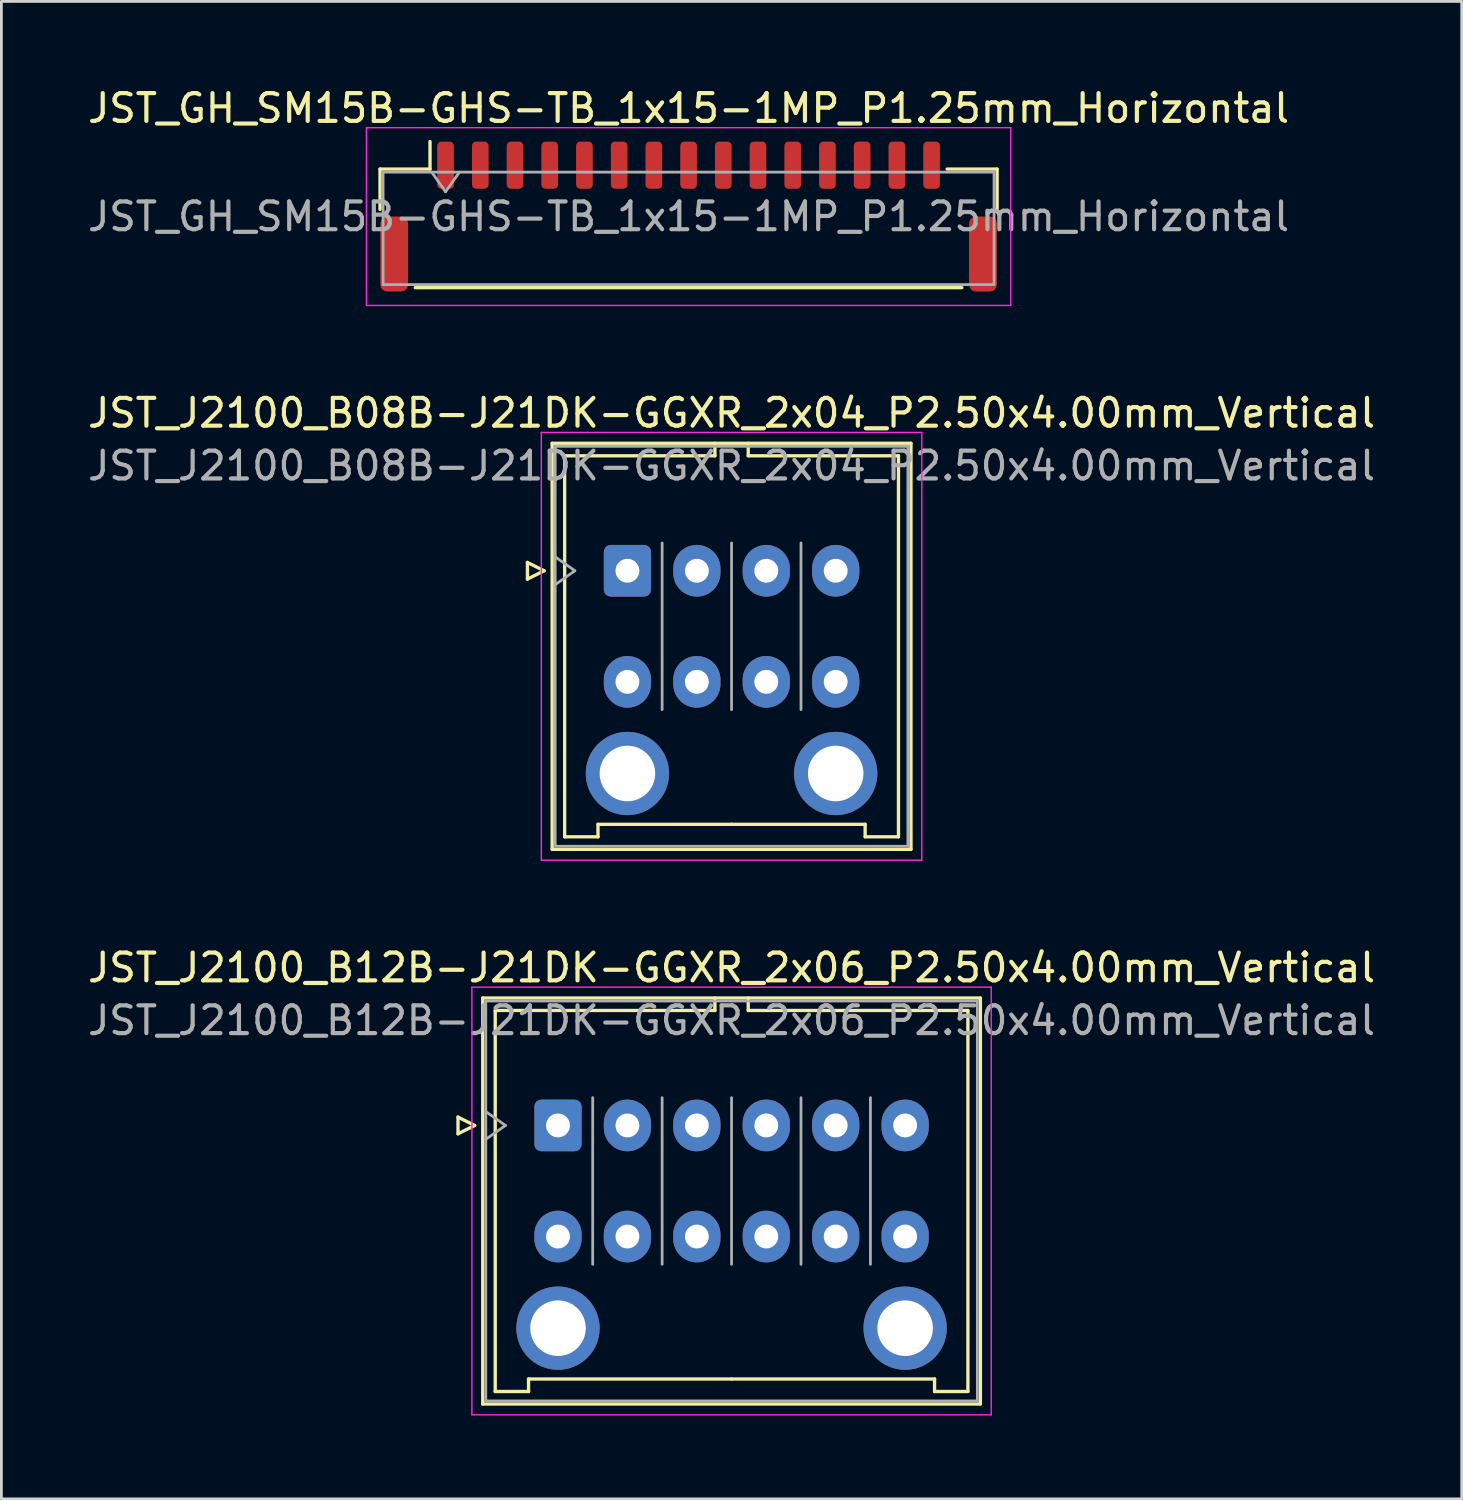
<source format=kicad_pcb>
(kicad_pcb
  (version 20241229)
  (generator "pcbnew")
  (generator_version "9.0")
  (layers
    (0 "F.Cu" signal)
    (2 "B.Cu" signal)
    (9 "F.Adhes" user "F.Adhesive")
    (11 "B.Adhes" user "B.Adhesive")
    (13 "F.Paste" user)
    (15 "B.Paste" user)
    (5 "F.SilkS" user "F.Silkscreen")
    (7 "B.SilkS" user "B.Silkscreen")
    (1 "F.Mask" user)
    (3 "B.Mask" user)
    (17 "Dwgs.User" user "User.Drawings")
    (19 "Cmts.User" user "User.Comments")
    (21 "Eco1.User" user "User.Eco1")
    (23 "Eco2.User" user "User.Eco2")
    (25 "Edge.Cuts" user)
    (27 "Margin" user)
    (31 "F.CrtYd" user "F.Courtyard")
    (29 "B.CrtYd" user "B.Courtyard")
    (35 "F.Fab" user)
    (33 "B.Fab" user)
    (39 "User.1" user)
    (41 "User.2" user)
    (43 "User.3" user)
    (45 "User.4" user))
  (footprint "JST_J2100_B12B-J21DK-GGXR_2x06_P2.50x4.00mm_Vertical"
    (layer "F.Cu")
    (at 17.042 37.475)
    (property "Reference" "JST_J2100_B12B-J21DK-GGXR_2x06_P2.50x4.00mm_Vertical" (at 6.25 -5.68 0) (layer "F.SilkS") (effects (font (size 1 1) (thickness 0.15))))
    (attr through_hole)
    (fp_line (start -3.6 -0.3) (end -3 0) (stroke (width 0.12) (type solid)) (layer "F.SilkS"))
    (fp_line (start -3.6 0.3) (end -3.6 -0.3) (stroke (width 0.12) (type solid)) (layer "F.SilkS"))
    (fp_line (start -3 0) (end -3.6 0.3) (stroke (width 0.12) (type solid)) (layer "F.SilkS"))
    (fp_line (start -2.71 -4.59) (end -2.71 10.03) (stroke (width 0.12) (type solid)) (layer "F.SilkS"))
    (fp_line (start -2.71 10.03) (end 15.21 10.03) (stroke (width 0.12) (type solid)) (layer "F.SilkS"))
    (fp_line (start -2.26 -4.14) (end -2.26 9.58) (stroke (width 0.12) (type solid)) (layer "F.SilkS"))
    (fp_line (start -2.26 9.58) (end -1.06 9.58) (stroke (width 0.12) (type solid)) (layer "F.SilkS"))
    (fp_line (start -1.06 9.13) (end 6.25 9.13) (stroke (width 0.12) (type solid)) (layer "F.SilkS"))
    (fp_line (start -1.06 9.58) (end -1.06 9.13) (stroke (width 0.12) (type solid)) (layer "F.SilkS"))
    (fp_line (start 5.65 -4.59) (end 5.65 -4.14) (stroke (width 0.12) (type solid)) (layer "F.SilkS"))
    (fp_line (start 5.65 -4.14) (end -2.26 -4.14) (stroke (width 0.12) (type solid)) (layer "F.SilkS"))
    (fp_line (start 6.85 -4.59) (end 6.85 -4.14) (stroke (width 0.12) (type solid)) (layer "F.SilkS"))
    (fp_line (start 6.85 -4.14) (end 14.76 -4.14) (stroke (width 0.12) (type solid)) (layer "F.SilkS"))
    (fp_line (start 13.56 9.13) (end 6.25 9.13) (stroke (width 0.12) (type solid)) (layer "F.SilkS"))
    (fp_line (start 13.56 9.58) (end 13.56 9.13) (stroke (width 0.12) (type solid)) (layer "F.SilkS"))
    (fp_line (start 14.76 -4.14) (end 14.76 9.58) (stroke (width 0.12) (type solid)) (layer "F.SilkS"))
    (fp_line (start 14.76 9.58) (end 13.56 9.58) (stroke (width 0.12) (type solid)) (layer "F.SilkS"))
    (fp_line (start 15.21 -4.59) (end -2.71 -4.59) (stroke (width 0.12) (type solid)) (layer "F.SilkS"))
    (fp_line (start 15.21 10.03) (end 15.21 -4.59) (stroke (width 0.12) (type solid)) (layer "F.SilkS"))
    (fp_line (start -3.1 -4.98) (end -3.1 10.42) (stroke (width 0.05) (type solid)) (layer "F.CrtYd"))
    (fp_line (start -3.1 10.42) (end 15.6 10.42) (stroke (width 0.05) (type solid)) (layer "F.CrtYd"))
    (fp_line (start 15.6 -4.98) (end -3.1 -4.98) (stroke (width 0.05) (type solid)) (layer "F.CrtYd"))
    (fp_line (start 15.6 10.42) (end 15.6 -4.98) (stroke (width 0.05) (type solid)) (layer "F.CrtYd"))
    (fp_line (start -2.6 -4.48) (end -2.6 9.92) (stroke (width 0.1) (type solid)) (layer "F.Fab"))
    (fp_line (start -2.6 0.5) (end -1.893 0) (stroke (width 0.1) (type solid)) (layer "F.Fab"))
    (fp_line (start -2.6 9.92) (end 15.1 9.92) (stroke (width 0.1) (type solid)) (layer "F.Fab"))
    (fp_line (start -1.893 0) (end -2.6 -0.5) (stroke (width 0.1) (type solid)) (layer "F.Fab"))
    (fp_line (start 1.25 5) (end 1.25 -1) (stroke (width 0.1) (type solid)) (layer "F.Fab"))
    (fp_line (start 3.75 5) (end 3.75 -1) (stroke (width 0.1) (type solid)) (layer "F.Fab"))
    (fp_line (start 6.25 5) (end 6.25 -1) (stroke (width 0.1) (type solid)) (layer "F.Fab"))
    (fp_line (start 8.75 5) (end 8.75 -1) (stroke (width 0.1) (type solid)) (layer "F.Fab"))
    (fp_line (start 11.25 5) (end 11.25 -1) (stroke (width 0.1) (type solid)) (layer "F.Fab"))
    (fp_line (start 15.1 -4.48) (end -2.6 -4.48) (stroke (width 0.1) (type solid)) (layer "F.Fab"))
    (fp_line (start 15.1 9.92) (end 15.1 -4.48) (stroke (width 0.1) (type solid)) (layer "F.Fab"))
    (fp_text user "${REFERENCE}" (at 6.25 -3.78 0) (layer "F.Fab") (effects (font (size 1 1) (thickness 0.15))))
    (pad "" thru_hole circle (at 0 7.3) (size 3 3) (drill 2) (layers "*.Cu" "*.Mask"))
    (pad "" thru_hole circle (at 12.5 7.3) (size 3 3) (drill 2) (layers "*.Cu" "*.Mask"))
    (pad "1" thru_hole roundrect (at 0 0) (size 1.7 1.86) (drill 0.86) (layers "*.Cu" "*.Mask") (roundrect_rratio 0.147))
    (pad "2" thru_hole oval (at 2.5 0) (size 1.7 1.86) (drill 0.86) (layers "*.Cu" "*.Mask"))
    (pad "3" thru_hole oval (at 5 0) (size 1.7 1.86) (drill 0.86) (layers "*.Cu" "*.Mask"))
    (pad "4" thru_hole oval (at 7.5 0) (size 1.7 1.86) (drill 0.86) (layers "*.Cu" "*.Mask"))
    (pad "5" thru_hole oval (at 10 0) (size 1.7 1.86) (drill 0.86) (layers "*.Cu" "*.Mask"))
    (pad "6" thru_hole oval (at 12.5 0) (size 1.7 1.86) (drill 0.86) (layers "*.Cu" "*.Mask"))
    (pad "7" thru_hole oval (at 0 4) (size 1.7 1.86) (drill 0.86) (layers "*.Cu" "*.Mask"))
    (pad "8" thru_hole oval (at 2.5 4) (size 1.7 1.86) (drill 0.86) (layers "*.Cu" "*.Mask"))
    (pad "9" thru_hole oval (at 5 4) (size 1.7 1.86) (drill 0.86) (layers "*.Cu" "*.Mask"))
    (pad "10" thru_hole oval (at 7.5 4) (size 1.7 1.86) (drill 0.86) (layers "*.Cu" "*.Mask"))
    (pad "11" thru_hole oval (at 10 4) (size 1.7 1.86) (drill 0.86) (layers "*.Cu" "*.Mask"))
    (pad "12" thru_hole oval (at 12.5 4) (size 1.7 1.86) (drill 0.86) (layers "*.Cu" "*.Mask")))
  (footprint "JST_J2100_B08B-J21DK-GGXR_2x04_P2.50x4.00mm_Vertical"
    (layer "F.Cu")
    (at 19.542 17.502)
    (property "Reference" "JST_J2100_B08B-J21DK-GGXR_2x04_P2.50x4.00mm_Vertical" (at 3.75 -5.68 0) (layer "F.SilkS") (effects (font (size 1 1) (thickness 0.15))))
    (attr through_hole)
    (fp_line (start -3.6 -0.3) (end -3 0) (stroke (width 0.12) (type solid)) (layer "F.SilkS"))
    (fp_line (start -3.6 0.3) (end -3.6 -0.3) (stroke (width 0.12) (type solid)) (layer "F.SilkS"))
    (fp_line (start -3 0) (end -3.6 0.3) (stroke (width 0.12) (type solid)) (layer "F.SilkS"))
    (fp_line (start -2.71 -4.59) (end -2.71 10.03) (stroke (width 0.12) (type solid)) (layer "F.SilkS"))
    (fp_line (start -2.71 10.03) (end 10.21 10.03) (stroke (width 0.12) (type solid)) (layer "F.SilkS"))
    (fp_line (start -2.26 -4.14) (end -2.26 9.58) (stroke (width 0.12) (type solid)) (layer "F.SilkS"))
    (fp_line (start -2.26 9.58) (end -1.06 9.58) (stroke (width 0.12) (type solid)) (layer "F.SilkS"))
    (fp_line (start -1.06 9.13) (end 3.75 9.13) (stroke (width 0.12) (type solid)) (layer "F.SilkS"))
    (fp_line (start -1.06 9.58) (end -1.06 9.13) (stroke (width 0.12) (type solid)) (layer "F.SilkS"))
    (fp_line (start 3.15 -4.59) (end 3.15 -4.14) (stroke (width 0.12) (type solid)) (layer "F.SilkS"))
    (fp_line (start 3.15 -4.14) (end -2.26 -4.14) (stroke (width 0.12) (type solid)) (layer "F.SilkS"))
    (fp_line (start 4.35 -4.59) (end 4.35 -4.14) (stroke (width 0.12) (type solid)) (layer "F.SilkS"))
    (fp_line (start 4.35 -4.14) (end 9.76 -4.14) (stroke (width 0.12) (type solid)) (layer "F.SilkS"))
    (fp_line (start 8.56 9.13) (end 3.75 9.13) (stroke (width 0.12) (type solid)) (layer "F.SilkS"))
    (fp_line (start 8.56 9.58) (end 8.56 9.13) (stroke (width 0.12) (type solid)) (layer "F.SilkS"))
    (fp_line (start 9.76 -4.14) (end 9.76 9.58) (stroke (width 0.12) (type solid)) (layer "F.SilkS"))
    (fp_line (start 9.76 9.58) (end 8.56 9.58) (stroke (width 0.12) (type solid)) (layer "F.SilkS"))
    (fp_line (start 10.21 -4.59) (end -2.71 -4.59) (stroke (width 0.12) (type solid)) (layer "F.SilkS"))
    (fp_line (start 10.21 10.03) (end 10.21 -4.59) (stroke (width 0.12) (type solid)) (layer "F.SilkS"))
    (fp_line (start -3.1 -4.98) (end -3.1 10.42) (stroke (width 0.05) (type solid)) (layer "F.CrtYd"))
    (fp_line (start -3.1 10.42) (end 10.6 10.42) (stroke (width 0.05) (type solid)) (layer "F.CrtYd"))
    (fp_line (start 10.6 -4.98) (end -3.1 -4.98) (stroke (width 0.05) (type solid)) (layer "F.CrtYd"))
    (fp_line (start 10.6 10.42) (end 10.6 -4.98) (stroke (width 0.05) (type solid)) (layer "F.CrtYd"))
    (fp_line (start -2.6 -4.48) (end -2.6 9.92) (stroke (width 0.1) (type solid)) (layer "F.Fab"))
    (fp_line (start -2.6 0.5) (end -1.893 0) (stroke (width 0.1) (type solid)) (layer "F.Fab"))
    (fp_line (start -2.6 9.92) (end 10.1 9.92) (stroke (width 0.1) (type solid)) (layer "F.Fab"))
    (fp_line (start -1.893 0) (end -2.6 -0.5) (stroke (width 0.1) (type solid)) (layer "F.Fab"))
    (fp_line (start 1.25 5) (end 1.25 -1) (stroke (width 0.1) (type solid)) (layer "F.Fab"))
    (fp_line (start 3.75 5) (end 3.75 -1) (stroke (width 0.1) (type solid)) (layer "F.Fab"))
    (fp_line (start 6.25 5) (end 6.25 -1) (stroke (width 0.1) (type solid)) (layer "F.Fab"))
    (fp_line (start 10.1 -4.48) (end -2.6 -4.48) (stroke (width 0.1) (type solid)) (layer "F.Fab"))
    (fp_line (start 10.1 9.92) (end 10.1 -4.48) (stroke (width 0.1) (type solid)) (layer "F.Fab"))
    (fp_text user "${REFERENCE}" (at 3.75 -3.78 0) (layer "F.Fab") (effects (font (size 1 1) (thickness 0.15))))
    (pad "" thru_hole circle (at 0 7.3) (size 3 3) (drill 2) (layers "*.Cu" "*.Mask"))
    (pad "" thru_hole circle (at 7.5 7.3) (size 3 3) (drill 2) (layers "*.Cu" "*.Mask"))
    (pad "1" thru_hole roundrect (at 0 0) (size 1.7 1.86) (drill 0.86) (layers "*.Cu" "*.Mask") (roundrect_rratio 0.147))
    (pad "2" thru_hole oval (at 2.5 0) (size 1.7 1.86) (drill 0.86) (layers "*.Cu" "*.Mask"))
    (pad "3" thru_hole oval (at 5 0) (size 1.7 1.86) (drill 0.86) (layers "*.Cu" "*.Mask"))
    (pad "4" thru_hole oval (at 7.5 0) (size 1.7 1.86) (drill 0.86) (layers "*.Cu" "*.Mask"))
    (pad "5" thru_hole oval (at 0 4) (size 1.7 1.86) (drill 0.86) (layers "*.Cu" "*.Mask"))
    (pad "6" thru_hole oval (at 2.5 4) (size 1.7 1.86) (drill 0.86) (layers "*.Cu" "*.Mask"))
    (pad "7" thru_hole oval (at 5 4) (size 1.7 1.86) (drill 0.86) (layers "*.Cu" "*.Mask"))
    (pad "8" thru_hole oval (at 7.5 4) (size 1.7 1.86) (drill 0.86) (layers "*.Cu" "*.Mask")))
  (footprint "JST_GH_SM15B-GHS-TB_1x15-1MP_P1.25mm_Horizontal"
    (layer "F.Cu")
    (at 21.744 4.748)
    (property "Reference" "JST_GH_SM15B-GHS-TB_1x15-1MP_P1.25mm_Horizontal" (at 0 -3.9 0) (layer "F.SilkS") (effects (font (size 1 1) (thickness 0.15))))
    (attr smd)
    (fp_line (start -11.11 -1.71) (end -9.31 -1.71) (stroke (width 0.12) (type solid)) (layer "F.SilkS"))
    (fp_line (start -11.11 -0.26) (end -11.11 -1.71) (stroke (width 0.12) (type solid)) (layer "F.SilkS"))
    (fp_line (start -9.84 2.56) (end 9.84 2.56) (stroke (width 0.12) (type solid)) (layer "F.SilkS"))
    (fp_line (start -9.31 -1.71) (end -9.31 -2.7) (stroke (width 0.12) (type solid)) (layer "F.SilkS"))
    (fp_line (start 11.11 -1.71) (end 9.31 -1.71) (stroke (width 0.12) (type solid)) (layer "F.SilkS"))
    (fp_line (start 11.11 -0.26) (end 11.11 -1.71) (stroke (width 0.12) (type solid)) (layer "F.SilkS"))
    (fp_line (start -11.6 -3.2) (end -11.6 3.2) (stroke (width 0.05) (type solid)) (layer "F.CrtYd"))
    (fp_line (start -11.6 3.2) (end 11.6 3.2) (stroke (width 0.05) (type solid)) (layer "F.CrtYd"))
    (fp_line (start 11.6 -3.2) (end -11.6 -3.2) (stroke (width 0.05) (type solid)) (layer "F.CrtYd"))
    (fp_line (start 11.6 3.2) (end 11.6 -3.2) (stroke (width 0.05) (type solid)) (layer "F.CrtYd"))
    (fp_line (start -11 -1.6) (end -11 2.45) (stroke (width 0.1) (type solid)) (layer "F.Fab"))
    (fp_line (start -11 -1.6) (end 11 -1.6) (stroke (width 0.1) (type solid)) (layer "F.Fab"))
    (fp_line (start -11 2.45) (end 11 2.45) (stroke (width 0.1) (type solid)) (layer "F.Fab"))
    (fp_line (start -9.25 -1.6) (end -8.75 -0.893) (stroke (width 0.1) (type solid)) (layer "F.Fab"))
    (fp_line (start -8.75 -0.893) (end -8.25 -1.6) (stroke (width 0.1) (type solid)) (layer "F.Fab"))
    (fp_line (start 11 -1.6) (end 11 2.45) (stroke (width 0.1) (type solid)) (layer "F.Fab"))
    (fp_text user "${REFERENCE}" (at 0 0 0) (layer "F.Fab") (effects (font (size 1 1) (thickness 0.15))))
    (pad "1" smd roundrect (at -8.75 -1.85) (size 0.6 1.7) (layers "F.Cu" "F.Mask" "F.Paste") (roundrect_rratio 0.25))
    (pad "2" smd roundrect (at -7.5 -1.85) (size 0.6 1.7) (layers "F.Cu" "F.Mask" "F.Paste") (roundrect_rratio 0.25))
    (pad "3" smd roundrect (at -6.25 -1.85) (size 0.6 1.7) (layers "F.Cu" "F.Mask" "F.Paste") (roundrect_rratio 0.25))
    (pad "4" smd roundrect (at -5 -1.85) (size 0.6 1.7) (layers "F.Cu" "F.Mask" "F.Paste") (roundrect_rratio 0.25))
    (pad "5" smd roundrect (at -3.75 -1.85) (size 0.6 1.7) (layers "F.Cu" "F.Mask" "F.Paste") (roundrect_rratio 0.25))
    (pad "6" smd roundrect (at -2.5 -1.85) (size 0.6 1.7) (layers "F.Cu" "F.Mask" "F.Paste") (roundrect_rratio 0.25))
    (pad "7" smd roundrect (at -1.25 -1.85) (size 0.6 1.7) (layers "F.Cu" "F.Mask" "F.Paste") (roundrect_rratio 0.25))
    (pad "8" smd roundrect (at 0 -1.85) (size 0.6 1.7) (layers "F.Cu" "F.Mask" "F.Paste") (roundrect_rratio 0.25))
    (pad "9" smd roundrect (at 1.25 -1.85) (size 0.6 1.7) (layers "F.Cu" "F.Mask" "F.Paste") (roundrect_rratio 0.25))
    (pad "10" smd roundrect (at 2.5 -1.85) (size 0.6 1.7) (layers "F.Cu" "F.Mask" "F.Paste") (roundrect_rratio 0.25))
    (pad "11" smd roundrect (at 3.75 -1.85) (size 0.6 1.7) (layers "F.Cu" "F.Mask" "F.Paste") (roundrect_rratio 0.25))
    (pad "12" smd roundrect (at 5 -1.85) (size 0.6 1.7) (layers "F.Cu" "F.Mask" "F.Paste") (roundrect_rratio 0.25))
    (pad "13" smd roundrect (at 6.25 -1.85) (size 0.6 1.7) (layers "F.Cu" "F.Mask" "F.Paste") (roundrect_rratio 0.25))
    (pad "14" smd roundrect (at 7.5 -1.85) (size 0.6 1.7) (layers "F.Cu" "F.Mask" "F.Paste") (roundrect_rratio 0.25))
    (pad "15" smd roundrect (at 8.75 -1.85) (size 0.6 1.7) (layers "F.Cu" "F.Mask" "F.Paste") (roundrect_rratio 0.25))
    (pad "MP" smd roundrect (at -10.6 1.35) (size 1 2.7) (layers "F.Cu" "F.Mask" "F.Paste") (roundrect_rratio 0.25))
    (pad "MP" smd roundrect (at 10.6 1.35) (size 1 2.7) (layers "F.Cu" "F.Mask" "F.Paste") (roundrect_rratio 0.25)))
  (gr_rect
    (start -3 -3)
    (end 49.583 50.92)
    (stroke (width 0.1) (type default))
    (fill no)
    (layer "Edge.Cuts")))
</source>
